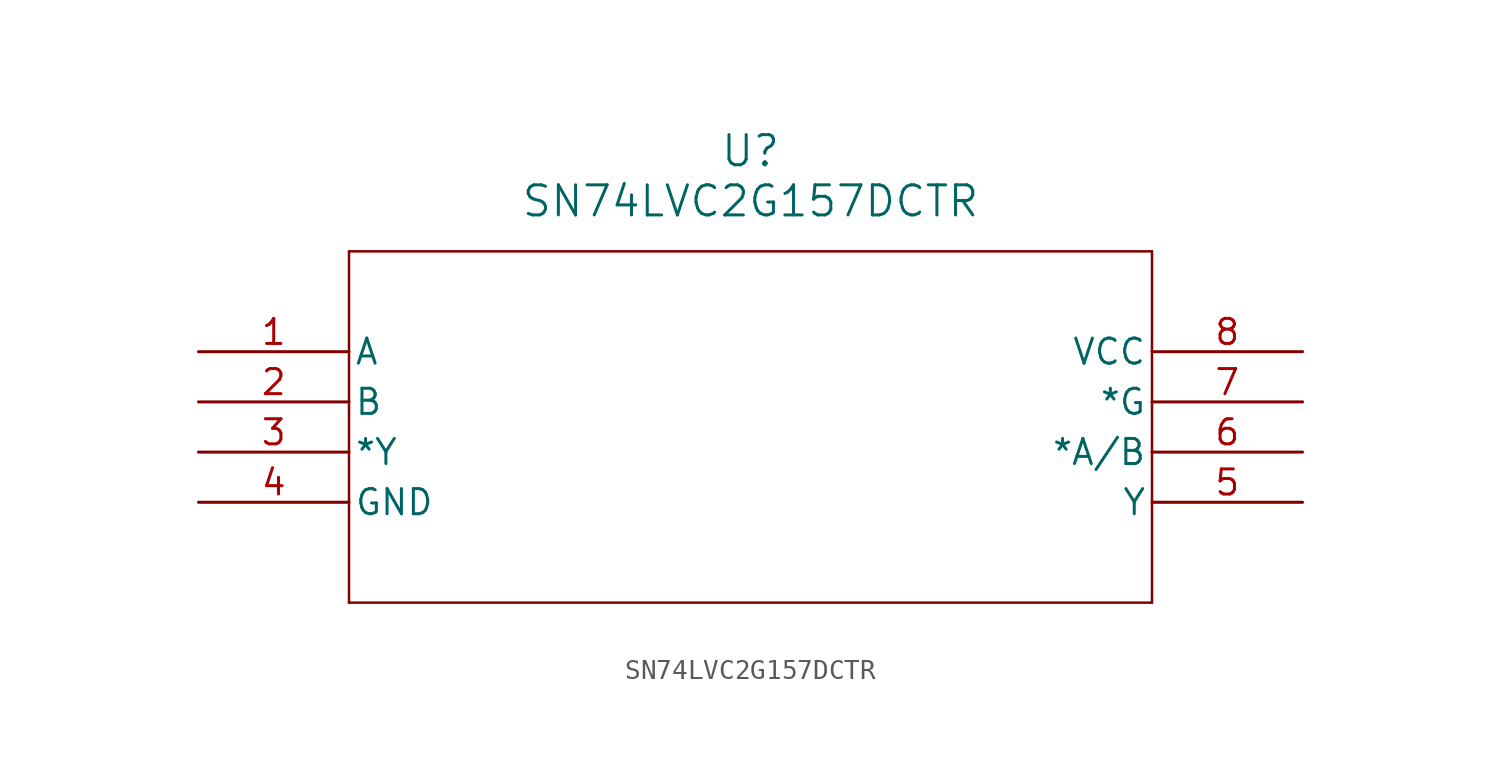
<source format=kicad_sym>
(kicad_symbol_lib
  (version 20211014)
  (generator kicad_symbol_editor)
  (symbol "SN74LVC2G157DCTR"
    (pin_names
      (offset 0.254))
    (property "Reference" "U"
      (at 27.94 10.16 0)
      (effects (font (size 1.524 1.524))))
    (property "Value" "SN74LVC2G157DCTR"
      (at 27.94 7.62 0)
      (effects (font (size 1.524 1.524))))
    (symbol "SN74LVC2G157DCTR_0_1"
      (polyline (pts (xy 7.62 5.08) (xy 7.62 -12.7)) (stroke (width 0.127) (type default) (color 0 0 0 0)) (fill (type none)))
      (polyline (pts (xy 7.62 -12.7) (xy 48.26 -12.7)) (stroke (width 0.127) (type default) (color 0 0 0 0)) (fill (type none)))
      (polyline (pts (xy 48.26 -12.7) (xy 48.26 5.08)) (stroke (width 0.127) (type default) (color 0 0 0 0)) (fill (type none)))
      (polyline (pts (xy 48.26 5.08) (xy 7.62 5.08)) (stroke (width 0.127) (type default) (color 0 0 0 0)) (fill (type none)))
      (pin input line (at 0 0 0) (length 7.62) (name "A" (effects (font (size 1.27 1.27)))) (number "1" (effects (font (size 1.27 1.27)))))
      (pin input line (at 0 -2.54 0) (length 7.62) (name "B" (effects (font (size 1.27 1.27)))) (number "2" (effects (font (size 1.27 1.27)))))
      (pin output line (at 0 -5.08 0) (length 7.62) (name "*Y" (effects (font (size 1.27 1.27)))) (number "3" (effects (font (size 1.27 1.27)))))
      (pin power_in line (at 0 -7.62 0) (length 7.62) (name "GND" (effects (font (size 1.27 1.27)))) (number "4" (effects (font (size 1.27 1.27)))))
      (pin output line (at 55.88 -7.62 180) (length 7.62) (name "Y" (effects (font (size 1.27 1.27)))) (number "5" (effects (font (size 1.27 1.27)))))
      (pin input line (at 55.88 -5.08 180) (length 7.62) (name "*A/B" (effects (font (size 1.27 1.27)))) (number "6" (effects (font (size 1.27 1.27)))))
      (pin input line (at 55.88 -2.54 180) (length 7.62) (name "*G" (effects (font (size 1.27 1.27)))) (number "7" (effects (font (size 1.27 1.27)))))
      (pin power_in line (at 55.88 0 180) (length 7.62) (name "VCC" (effects (font (size 1.27 1.27)))) (number "8" (effects (font (size 1.27 1.27))))))))
</source>
